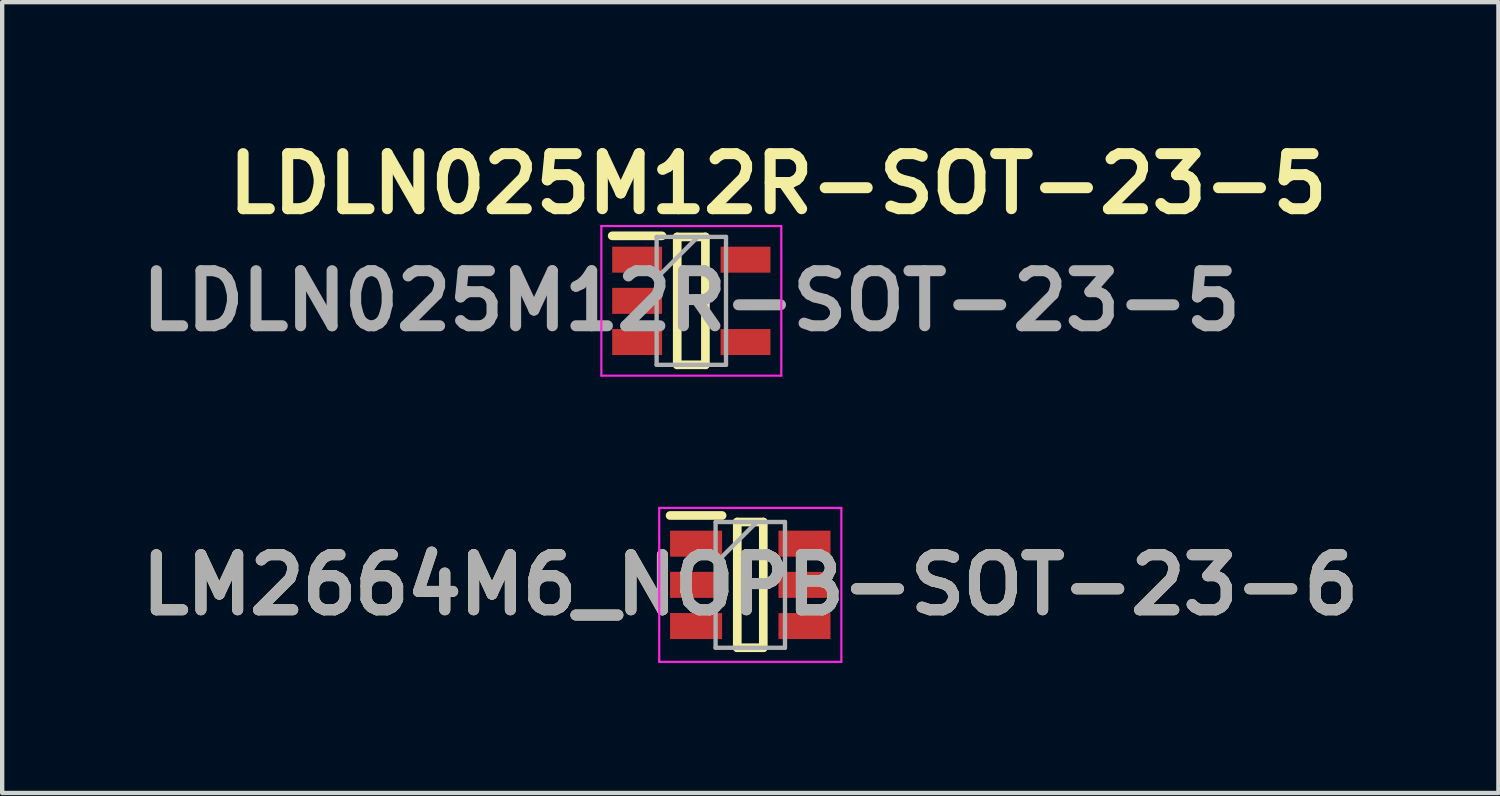
<source format=kicad_pcb>
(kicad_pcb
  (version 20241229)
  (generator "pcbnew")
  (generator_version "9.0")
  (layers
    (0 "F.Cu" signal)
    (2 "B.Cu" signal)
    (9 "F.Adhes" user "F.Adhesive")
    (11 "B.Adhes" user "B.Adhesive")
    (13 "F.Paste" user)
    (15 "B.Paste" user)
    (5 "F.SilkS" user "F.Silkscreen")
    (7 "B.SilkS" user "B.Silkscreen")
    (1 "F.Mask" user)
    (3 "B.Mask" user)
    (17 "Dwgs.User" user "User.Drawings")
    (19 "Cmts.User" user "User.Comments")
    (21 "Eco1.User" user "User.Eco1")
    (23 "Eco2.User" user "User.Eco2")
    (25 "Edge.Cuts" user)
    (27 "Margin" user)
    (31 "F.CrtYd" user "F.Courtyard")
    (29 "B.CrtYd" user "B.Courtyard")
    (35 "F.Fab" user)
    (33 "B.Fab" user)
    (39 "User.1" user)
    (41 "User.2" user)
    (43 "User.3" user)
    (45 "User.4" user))
  (footprint "LM2664M6_NOPB-SOT-23-6"
    (layer "F.Cu")
    (at 14.254 10.439)
    (property "Reference" "LM2664M6_NOPB-SOT-23-6" (at 0 0 0) (layer "F.SilkS") (effects (font (size 1.27 1.27) (thickness 0.254))))
    (attr smd)
    (fp_line (start -1.85 -1.6) (end -0.65 -1.6) (stroke (width 0.2) (type solid)) (layer "F.SilkS"))
    (fp_line (start -0.3 -1.45) (end 0.3 -1.45) (stroke (width 0.2) (type solid)) (layer "F.SilkS"))
    (fp_line (start -0.3 1.45) (end -0.3 -1.45) (stroke (width 0.2) (type solid)) (layer "F.SilkS"))
    (fp_line (start 0.3 -1.45) (end 0.3 1.45) (stroke (width 0.2) (type solid)) (layer "F.SilkS"))
    (fp_line (start 0.3 1.45) (end -0.3 1.45) (stroke (width 0.2) (type solid)) (layer "F.SilkS"))
    (fp_line (start -2.1 -1.775) (end 2.1 -1.775) (stroke (width 0.05) (type solid)) (layer "F.CrtYd"))
    (fp_line (start -2.1 1.775) (end -2.1 -1.775) (stroke (width 0.05) (type solid)) (layer "F.CrtYd"))
    (fp_line (start 2.1 -1.775) (end 2.1 1.775) (stroke (width 0.05) (type solid)) (layer "F.CrtYd"))
    (fp_line (start 2.1 1.775) (end -2.1 1.775) (stroke (width 0.05) (type solid)) (layer "F.CrtYd"))
    (fp_line (start -0.8 -1.45) (end 0.8 -1.45) (stroke (width 0.1) (type solid)) (layer "F.Fab"))
    (fp_line (start -0.8 -0.5) (end 0.15 -1.45) (stroke (width 0.1) (type solid)) (layer "F.Fab"))
    (fp_line (start -0.8 1.45) (end -0.8 -1.45) (stroke (width 0.1) (type solid)) (layer "F.Fab"))
    (fp_line (start 0.8 -1.45) (end 0.8 1.45) (stroke (width 0.1) (type solid)) (layer "F.Fab"))
    (fp_line (start 0.8 1.45) (end -0.8 1.45) (stroke (width 0.1) (type solid)) (layer "F.Fab"))
    (fp_text user "${REFERENCE}" (at 0 0 0) (layer "F.Fab") (effects (font (size 1.27 1.27) (thickness 0.254))))
    (pad "1" smd rect (at -1.25 -0.95 90) (size 0.6 1.2) (layers "F.Cu" "F.Mask" "F.Paste"))
    (pad "2" smd rect (at -1.25 0 90) (size 0.6 1.2) (layers "F.Cu" "F.Mask" "F.Paste"))
    (pad "3" smd rect (at -1.25 0.95 90) (size 0.6 1.2) (layers "F.Cu" "F.Mask" "F.Paste"))
    (pad "4" smd rect (at 1.25 0.95 90) (size 0.6 1.2) (layers "F.Cu" "F.Mask" "F.Paste"))
    (pad "5" smd rect (at 1.25 0 90) (size 0.6 1.2) (layers "F.Cu" "F.Mask" "F.Paste"))
    (pad "6" smd rect (at 1.25 -0.95 90) (size 0.6 1.2) (layers "F.Cu" "F.Mask" "F.Paste")))
  (footprint "LDLN025M12R-SOT-23-5"
    (layer "F.Cu")
    (at 12.894 3.889)
    (property "Reference" "LDLN025M12R-SOT-23-5" (at 2 -2.7 0) (layer "F.SilkS") (effects (font (size 1.27 1.27) (thickness 0.254))))
    (attr smd)
    (fp_line (start -1.825 -1.5) (end -0.675 -1.5) (stroke (width 0.2) (type solid)) (layer "F.SilkS"))
    (fp_line (start -0.325 -1.475) (end 0.325 -1.475) (stroke (width 0.2) (type solid)) (layer "F.SilkS"))
    (fp_line (start -0.325 1.475) (end -0.325 -1.475) (stroke (width 0.2) (type solid)) (layer "F.SilkS"))
    (fp_line (start 0.325 -1.475) (end 0.325 1.475) (stroke (width 0.2) (type solid)) (layer "F.SilkS"))
    (fp_line (start 0.325 1.475) (end -0.325 1.475) (stroke (width 0.2) (type solid)) (layer "F.SilkS"))
    (fp_line (start -2.075 -1.725) (end 2.075 -1.725) (stroke (width 0.05) (type solid)) (layer "F.CrtYd"))
    (fp_line (start -2.075 1.725) (end -2.075 -1.725) (stroke (width 0.05) (type solid)) (layer "F.CrtYd"))
    (fp_line (start 2.075 -1.725) (end 2.075 1.725) (stroke (width 0.05) (type solid)) (layer "F.CrtYd"))
    (fp_line (start 2.075 1.725) (end -2.075 1.725) (stroke (width 0.05) (type solid)) (layer "F.CrtYd"))
    (fp_line (start -0.8 -1.475) (end 0.8 -1.475) (stroke (width 0.1) (type solid)) (layer "F.Fab"))
    (fp_line (start -0.8 -0.525) (end 0.15 -1.475) (stroke (width 0.1) (type solid)) (layer "F.Fab"))
    (fp_line (start -0.8 1.475) (end -0.8 -1.475) (stroke (width 0.1) (type solid)) (layer "F.Fab"))
    (fp_line (start 0.8 -1.475) (end 0.8 1.475) (stroke (width 0.1) (type solid)) (layer "F.Fab"))
    (fp_line (start 0.8 1.475) (end -0.8 1.475) (stroke (width 0.1) (type solid)) (layer "F.Fab"))
    (fp_text user "${REFERENCE}" (at 0 0 0) (layer "F.Fab") (effects (font (size 1.27 1.27) (thickness 0.254))))
    (pad "1" smd rect (at -1.25 -0.95 90) (size 0.6 1.15) (layers "F.Cu" "F.Mask" "F.Paste"))
    (pad "2" smd rect (at -1.25 0 90) (size 0.6 1.15) (layers "F.Cu" "F.Mask" "F.Paste"))
    (pad "3" smd rect (at -1.25 0.95 90) (size 0.6 1.15) (layers "F.Cu" "F.Mask" "F.Paste"))
    (pad "4" smd rect (at 1.25 0.95 90) (size 0.6 1.15) (layers "F.Cu" "F.Mask" "F.Paste"))
    (pad "5" smd rect (at 1.25 -0.95 90) (size 0.6 1.15) (layers "F.Cu" "F.Mask" "F.Paste")))
  (gr_rect
    (start -3 -3)
    (end 31.508 15.239)
    (stroke (width 0.1) (type default))
    (fill no)
    (layer "Edge.Cuts")))
</source>
